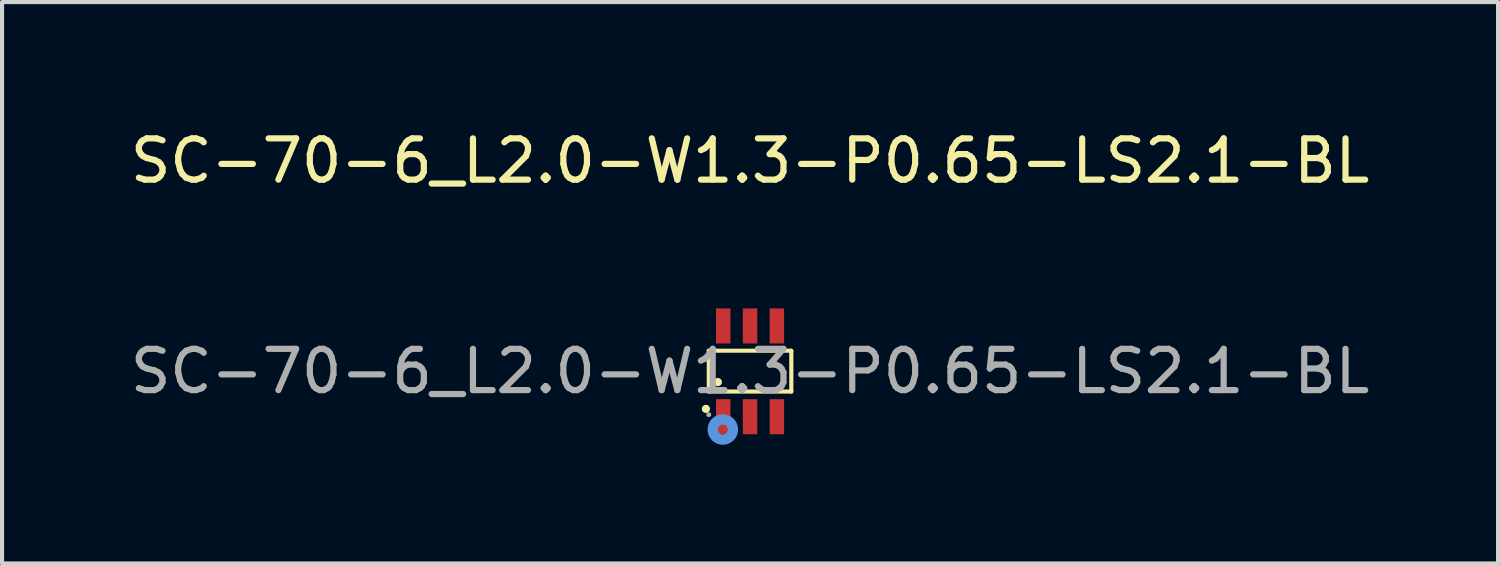
<source format=kicad_pcb>
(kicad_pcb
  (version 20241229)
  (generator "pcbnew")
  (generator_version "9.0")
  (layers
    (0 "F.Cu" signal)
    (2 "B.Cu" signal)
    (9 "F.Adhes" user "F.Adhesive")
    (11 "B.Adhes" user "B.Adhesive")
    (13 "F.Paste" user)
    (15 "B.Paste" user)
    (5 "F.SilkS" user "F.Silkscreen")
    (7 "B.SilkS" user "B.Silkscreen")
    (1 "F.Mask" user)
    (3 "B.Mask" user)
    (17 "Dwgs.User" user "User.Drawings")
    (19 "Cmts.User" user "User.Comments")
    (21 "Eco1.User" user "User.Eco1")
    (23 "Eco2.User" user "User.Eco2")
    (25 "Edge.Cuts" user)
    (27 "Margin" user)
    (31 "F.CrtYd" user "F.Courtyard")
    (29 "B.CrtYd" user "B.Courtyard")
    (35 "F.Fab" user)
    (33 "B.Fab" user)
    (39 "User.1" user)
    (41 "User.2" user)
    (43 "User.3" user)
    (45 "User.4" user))
  (footprint "SC-70-6_L2.0-W1.3-P0.65-LS2.1-BL"
    (layer "F.Cu")
    (at 15.125 5.948)
    (property "Reference" "SC-70-6_L2.0-W1.3-P0.65-LS2.1-BL" (at 0 -5.1 0) (layer "F.SilkS") (effects (font (size 1 1) (thickness 0.15))))
    (attr smd)
    (fp_line (start -1 -0.5) (end -1 0.49) (stroke (width 0.1) (type solid)) (layer "F.SilkS"))
    (fp_line (start -1 0.49) (end 1 0.49) (stroke (width 0.1) (type solid)) (layer "F.SilkS"))
    (fp_line (start 0.99 -0.5) (end -1 -0.5) (stroke (width 0.1) (type solid)) (layer "F.SilkS"))
    (fp_line (start 1 -0.49) (end 0.99 -0.5) (stroke (width 0.1) (type solid)) (layer "F.SilkS"))
    (fp_line (start 1 0.49) (end 1 -0.49) (stroke (width 0.1) (type solid)) (layer "F.SilkS"))
    (fp_circle (center -1.07 0.91) (end -1.02 0.91) (stroke (width 0.1) (type solid)) (fill no) (layer "F.SilkS"))
    (fp_circle (center -0.78 0.26) (end -0.73 0.26) (stroke (width 0.1) (type solid)) (fill no) (layer "F.SilkS"))
    (fp_circle (center -0.66 1.41) (end -0.54 1.41) (stroke (width 0.25) (type solid)) (fill no) (layer "Cmts.User"))
    (fp_circle (center -1 1.05) (end -0.97 1.05) (stroke (width 0.06) (type solid)) (fill no) (layer "F.Fab"))
    (fp_text user "${REFERENCE}" (at 0 0 0) (layer "F.Fab") (effects (font (size 1 1) (thickness 0.15))))
    (pad "1" smd rect (at -0.65 1.1) (size 0.35 0.85) (layers "F.Cu" "F.Mask" "F.Paste"))
    (pad "2" smd rect (at 0 1.1) (size 0.35 0.85) (layers "F.Cu" "F.Mask" "F.Paste"))
    (pad "3" smd rect (at 0.65 1.1) (size 0.35 0.85) (layers "F.Cu" "F.Mask" "F.Paste"))
    (pad "4" smd rect (at 0.65 -1.1) (size 0.35 0.85) (layers "F.Cu" "F.Mask" "F.Paste"))
    (pad "5" smd rect (at 0 -1.1) (size 0.35 0.85) (layers "F.Cu" "F.Mask" "F.Paste"))
    (pad "6" smd rect (at -0.65 -1.1) (size 0.35 0.85) (layers "F.Cu" "F.Mask" "F.Paste")))
  (gr_rect
    (start -3 -3)
    (end 33.25 10.603)
    (stroke (width 0.1) (type default))
    (fill no)
    (layer "Edge.Cuts")))
</source>
